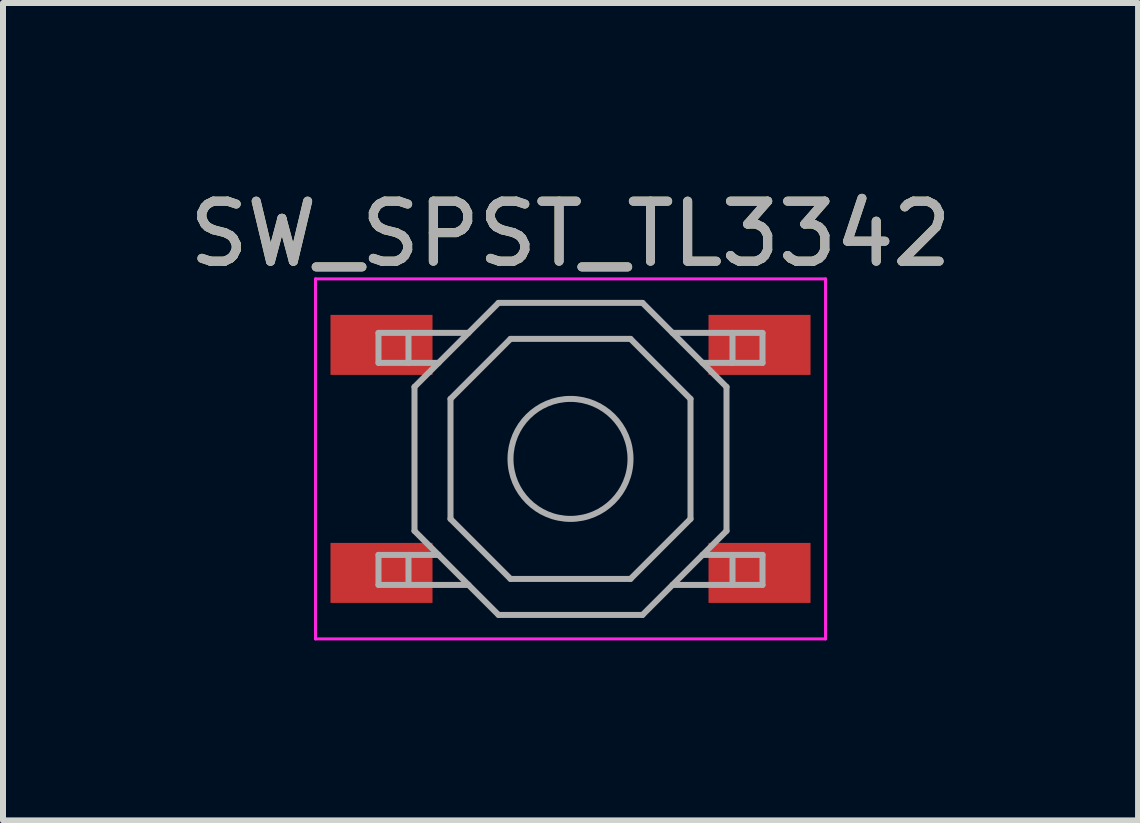
<source format=kicad_pcb>
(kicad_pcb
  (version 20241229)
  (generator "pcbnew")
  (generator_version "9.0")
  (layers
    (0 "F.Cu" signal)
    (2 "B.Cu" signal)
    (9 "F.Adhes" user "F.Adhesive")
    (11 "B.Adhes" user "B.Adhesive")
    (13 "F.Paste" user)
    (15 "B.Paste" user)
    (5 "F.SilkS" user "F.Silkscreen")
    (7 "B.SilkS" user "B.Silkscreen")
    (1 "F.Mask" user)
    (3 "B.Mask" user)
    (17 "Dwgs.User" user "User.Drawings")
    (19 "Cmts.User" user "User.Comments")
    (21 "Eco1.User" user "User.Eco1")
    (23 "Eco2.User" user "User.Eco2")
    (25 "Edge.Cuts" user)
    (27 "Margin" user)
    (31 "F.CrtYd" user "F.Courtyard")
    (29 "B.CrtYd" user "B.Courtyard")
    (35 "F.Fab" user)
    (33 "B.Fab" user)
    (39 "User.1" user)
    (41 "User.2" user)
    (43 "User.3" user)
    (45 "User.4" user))
  (footprint "SW_SPST_TL3342"
    (layer "F.Cu")
    (at 6.458 4.598)
    (property "Reference" "SW_SPST_TL3342" (at 0 -3.75 0) (layer "F.SilkS") (effects (font (size 1 1) (thickness 0.15))))
    (attr smd)
    (fp_line (start -4.25 -3) (end 4.25 -3) (stroke (width 0.05) (type solid)) (layer "F.CrtYd"))
    (fp_line (start -4.25 3) (end -4.25 -3) (stroke (width 0.05) (type solid)) (layer "F.CrtYd"))
    (fp_line (start 4.25 -3) (end 4.25 3) (stroke (width 0.05) (type solid)) (layer "F.CrtYd"))
    (fp_line (start 4.25 3) (end -4.25 3) (stroke (width 0.05) (type solid)) (layer "F.CrtYd"))
    (fp_line (start -3.2 -2.1) (end -3.2 -1.6) (stroke (width 0.1) (type solid)) (layer "F.Fab"))
    (fp_line (start -3.2 -1.6) (end -2.2 -1.6) (stroke (width 0.1) (type solid)) (layer "F.Fab"))
    (fp_line (start -3.2 1.6) (end -2.2 1.6) (stroke (width 0.1) (type solid)) (layer "F.Fab"))
    (fp_line (start -3.2 2.1) (end -3.2 1.6) (stroke (width 0.1) (type solid)) (layer "F.Fab"))
    (fp_line (start -2.7 -2.1) (end -2.7 -1.6) (stroke (width 0.1) (type solid)) (layer "F.Fab"))
    (fp_line (start -2.7 2.1) (end -2.7 1.6) (stroke (width 0.1) (type solid)) (layer "F.Fab"))
    (fp_line (start -2.6 -1.2) (end -2.6 1.2) (stroke (width 0.1) (type solid)) (layer "F.Fab"))
    (fp_line (start -2.6 1.2) (end -1.2 2.6) (stroke (width 0.1) (type solid)) (layer "F.Fab"))
    (fp_line (start -2 -1) (end -1 -2) (stroke (width 0.1) (type solid)) (layer "F.Fab"))
    (fp_line (start -2 1) (end -2 -1) (stroke (width 0.1) (type solid)) (layer "F.Fab"))
    (fp_line (start -1.7 -2.1) (end -3.2 -2.1) (stroke (width 0.1) (type solid)) (layer "F.Fab"))
    (fp_line (start -1.7 2.1) (end -3.2 2.1) (stroke (width 0.1) (type solid)) (layer "F.Fab"))
    (fp_line (start -1.2 -2.6) (end -2.6 -1.2) (stroke (width 0.1) (type solid)) (layer "F.Fab"))
    (fp_line (start -1.2 2.6) (end 1.2 2.6) (stroke (width 0.1) (type solid)) (layer "F.Fab"))
    (fp_line (start -1 -2) (end 1 -2) (stroke (width 0.1) (type solid)) (layer "F.Fab"))
    (fp_line (start -1 2) (end -2 1) (stroke (width 0.1) (type solid)) (layer "F.Fab"))
    (fp_line (start 1 -2) (end 2 -1) (stroke (width 0.1) (type solid)) (layer "F.Fab"))
    (fp_line (start 1 2) (end -1 2) (stroke (width 0.1) (type solid)) (layer "F.Fab"))
    (fp_line (start 1.2 -2.6) (end -1.2 -2.6) (stroke (width 0.1) (type solid)) (layer "F.Fab"))
    (fp_line (start 1.2 2.6) (end 2.6 1.2) (stroke (width 0.1) (type solid)) (layer "F.Fab"))
    (fp_line (start 1.7 -2.1) (end 3.2 -2.1) (stroke (width 0.1) (type solid)) (layer "F.Fab"))
    (fp_line (start 1.7 2.1) (end 3.2 2.1) (stroke (width 0.1) (type solid)) (layer "F.Fab"))
    (fp_line (start 2 -1) (end 2 1) (stroke (width 0.1) (type solid)) (layer "F.Fab"))
    (fp_line (start 2 1) (end 1 2) (stroke (width 0.1) (type solid)) (layer "F.Fab"))
    (fp_line (start 2.6 -1.2) (end 1.2 -2.6) (stroke (width 0.1) (type solid)) (layer "F.Fab"))
    (fp_line (start 2.6 1.2) (end 2.6 -1.2) (stroke (width 0.1) (type solid)) (layer "F.Fab"))
    (fp_line (start 2.7 -2.1) (end 2.7 -1.6) (stroke (width 0.1) (type solid)) (layer "F.Fab"))
    (fp_line (start 2.7 2.1) (end 2.7 1.6) (stroke (width 0.1) (type solid)) (layer "F.Fab"))
    (fp_line (start 3.2 -2.1) (end 3.2 -1.6) (stroke (width 0.1) (type solid)) (layer "F.Fab"))
    (fp_line (start 3.2 -1.6) (end 2.2 -1.6) (stroke (width 0.1) (type solid)) (layer "F.Fab"))
    (fp_line (start 3.2 1.6) (end 2.2 1.6) (stroke (width 0.1) (type solid)) (layer "F.Fab"))
    (fp_line (start 3.2 2.1) (end 3.2 1.6) (stroke (width 0.1) (type solid)) (layer "F.Fab"))
    (fp_circle (center 0 0) (end 1 0) (stroke (width 0.1) (type solid)) (fill no) (layer "F.Fab"))
    (fp_text user "${REFERENCE}" (at 0 -3.75 0) (layer "F.Fab") (effects (font (size 1 1) (thickness 0.15))))
    (pad "1" smd rect (at -3.15 -1.9) (size 1.7 1) (layers "F.Cu" "F.Mask" "F.Paste"))
    (pad "1" smd rect (at 3.15 -1.9) (size 1.7 1) (layers "F.Cu" "F.Mask" "F.Paste"))
    (pad "2" smd rect (at -3.15 1.9) (size 1.7 1) (layers "F.Cu" "F.Mask" "F.Paste"))
    (pad "2" smd rect (at 3.15 1.9) (size 1.7 1) (layers "F.Cu" "F.Mask" "F.Paste")))
  (gr_rect
    (start -3 -3)
    (end 15.917 10.623)
    (stroke (width 0.1) (type default))
    (fill no)
    (layer "Edge.Cuts")))
</source>
